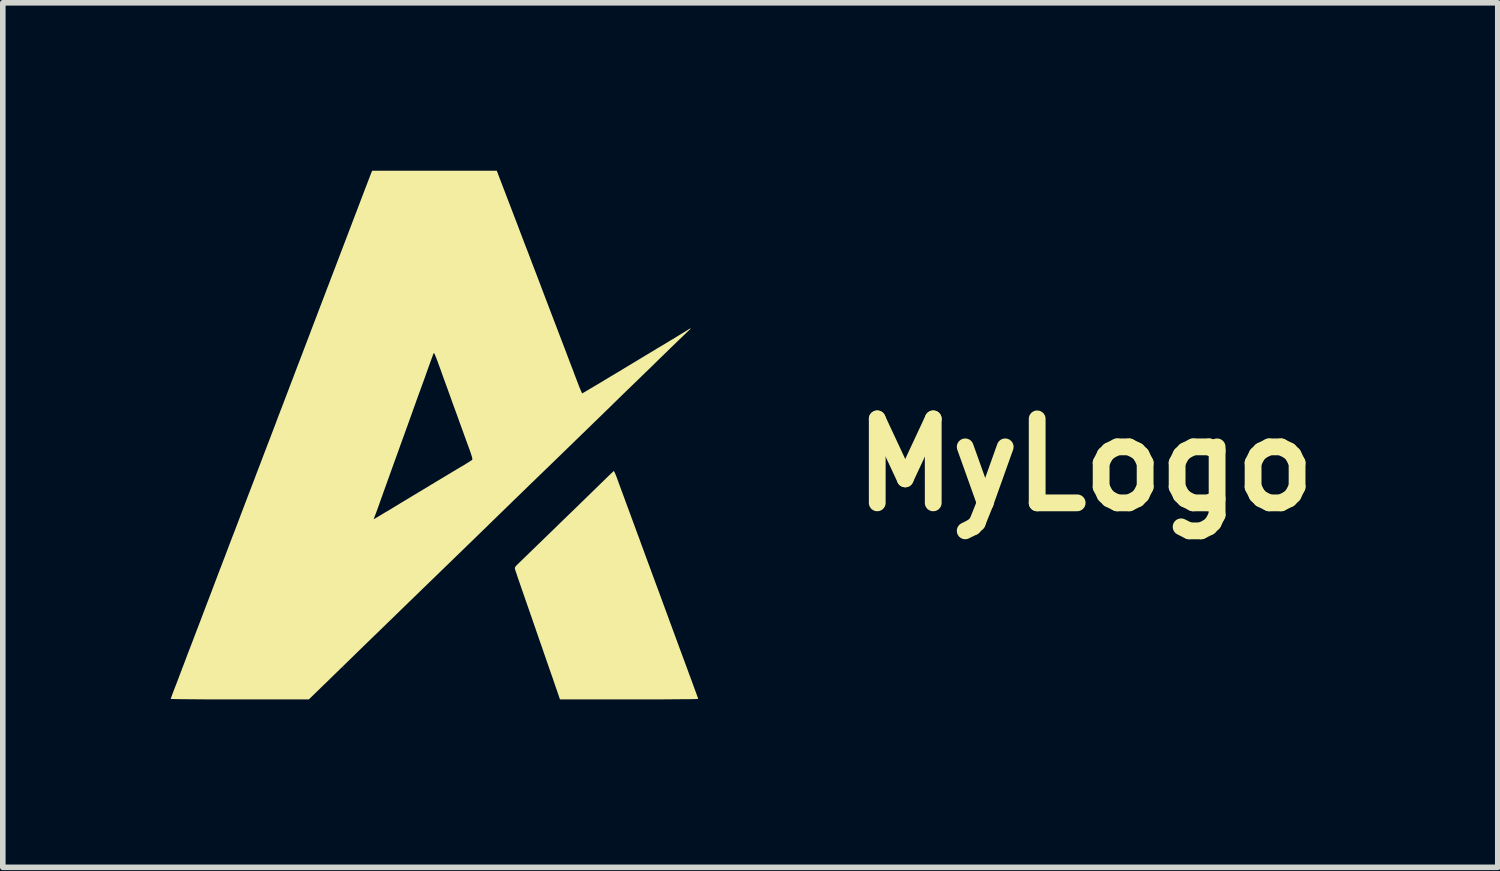
<source format=kicad_pcb>
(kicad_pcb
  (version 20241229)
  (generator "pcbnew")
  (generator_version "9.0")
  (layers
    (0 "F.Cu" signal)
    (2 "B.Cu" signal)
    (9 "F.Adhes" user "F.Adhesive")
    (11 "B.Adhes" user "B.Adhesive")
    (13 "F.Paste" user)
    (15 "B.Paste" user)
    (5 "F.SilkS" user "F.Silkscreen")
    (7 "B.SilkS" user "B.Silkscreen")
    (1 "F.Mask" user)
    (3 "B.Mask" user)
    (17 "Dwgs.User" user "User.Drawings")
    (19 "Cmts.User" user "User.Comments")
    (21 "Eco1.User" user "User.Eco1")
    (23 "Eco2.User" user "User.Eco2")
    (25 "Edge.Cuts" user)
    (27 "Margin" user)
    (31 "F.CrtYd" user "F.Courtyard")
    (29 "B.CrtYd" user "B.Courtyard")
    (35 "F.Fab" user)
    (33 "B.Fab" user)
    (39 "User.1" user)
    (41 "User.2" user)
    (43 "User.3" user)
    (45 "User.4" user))
  (footprint "MyLogo"
    (layer "F.Cu")
    (at 4.711 5.255)
    (property "Reference" "MyLogo" (at 11.625 0 0) (layer "F.SilkS") (effects (font (size 1.5 1.5) (thickness 0.3))))
    (attr board_only exclude_from_pos_files exclude_from_bom)
    (fp_poly (pts (xy -1.622 3.616) (xy -1.627 3.622) (xy -1.633 3.616) (xy -1.627 3.61)) (stroke (width 0) (type solid)) (fill yes) (layer "F.SilkS"))
    (fp_poly (pts (xy 3.212 0.119) (xy 3.225 0.147) (xy 3.243 0.189) (xy 3.263 0.241) (xy 3.269 0.257) (xy 3.289 0.313) (xy 3.315 0.384) (xy 3.346 0.469) (xy 3.381 0.562) (xy 3.417 0.661) (xy 3.454 0.762) (xy 3.491 0.861) (xy 3.525 0.954) (xy 3.556 1.038) (xy 3.582 1.109) (xy 3.602 1.163) (xy 3.61 1.184) (xy 3.623 1.221) (xy 3.644 1.276) (xy 3.669 1.344) (xy 3.696 1.42) (xy 3.726 1.5) (xy 3.738 1.533) (xy 3.77 1.621) (xy 3.808 1.723) (xy 3.849 1.834) (xy 3.89 1.946) (xy 3.929 2.051) (xy 3.947 2.101) (xy 3.98 2.189) (xy 4.013 2.278) (xy 4.044 2.361) (xy 4.071 2.436) (xy 4.093 2.496) (xy 4.107 2.533) (xy 4.119 2.567) (xy 4.139 2.62) (xy 4.165 2.691) (xy 4.196 2.777) (xy 4.233 2.876) (xy 4.273 2.985) (xy 4.316 3.101) (xy 4.361 3.224) (xy 4.403 3.338) (xy 4.461 3.494) (xy 4.511 3.629) (xy 4.553 3.745) (xy 4.59 3.843) (xy 4.62 3.925) (xy 4.644 3.992) (xy 4.664 4.046) (xy 4.68 4.088) (xy 4.691 4.12) (xy 4.7 4.143) (xy 4.705 4.159) (xy 4.708 4.169) (xy 4.71 4.175) (xy 4.711 4.178) (xy 4.711 4.18) (xy 4.711 4.181) (xy 4.699 4.182) (xy 4.665 4.183) (xy 4.611 4.185) (xy 4.538 4.186) (xy 4.447 4.186) (xy 4.34 4.187) (xy 4.219 4.188) (xy 4.086 4.189) (xy 3.941 4.189) (xy 3.786 4.19) (xy 3.623 4.19) (xy 3.477 4.19) (xy 2.243 4.19) (xy 2.15 3.921) (xy 2.118 3.826) (xy 2.08 3.718) (xy 2.04 3.603) (xy 2.001 3.49) (xy 1.965 3.387) (xy 1.956 3.361) (xy 1.926 3.273) (xy 1.894 3.182) (xy 1.864 3.095) (xy 1.837 3.017) (xy 1.814 2.952) (xy 1.805 2.923) (xy 1.785 2.867) (xy 1.76 2.794) (xy 1.731 2.71) (xy 1.7 2.622) (xy 1.67 2.535) (xy 1.663 2.515) (xy 1.615 2.377) (xy 1.574 2.259) (xy 1.54 2.161) (xy 1.512 2.079) (xy 1.489 2.014) (xy 1.472 1.962) (xy 1.459 1.923) (xy 1.449 1.895) (xy 1.443 1.875) (xy 1.442 1.871) (xy 1.437 1.852) (xy 1.437 1.837) (xy 1.445 1.821) (xy 1.463 1.799) (xy 1.494 1.768) (xy 1.523 1.74) (xy 1.623 1.643) (xy 1.735 1.534) (xy 1.857 1.416) (xy 1.986 1.291) (xy 2.119 1.162) (xy 2.254 1.03) (xy 2.389 0.899) (xy 2.521 0.772) (xy 2.647 0.649) (xy 2.765 0.534) (xy 2.872 0.43) (xy 2.966 0.338) (xy 3.01 0.295) (xy 3.065 0.242) (xy 3.114 0.194) (xy 3.155 0.155) (xy 3.186 0.127) (xy 3.203 0.111) (xy 3.205 0.109)) (stroke (width 0) (type solid)) (fill yes) (layer "F.SilkS"))
    (fp_poly (pts (xy 1.124 -5.229) (xy 1.131 -5.211) (xy 1.145 -5.173) (xy 1.167 -5.115) (xy 1.196 -5.04) (xy 1.231 -4.948) (xy 1.272 -4.841) (xy 1.318 -4.721) (xy 1.369 -4.588) (xy 1.424 -4.444) (xy 1.483 -4.291) (xy 1.544 -4.129) (xy 1.608 -3.961) (xy 1.675 -3.788) (xy 1.742 -3.611) (xy 1.811 -3.432) (xy 1.88 -3.251) (xy 1.948 -3.071) (xy 2.016 -2.893) (xy 2.083 -2.717) (xy 2.148 -2.547) (xy 2.211 -2.382) (xy 2.271 -2.225) (xy 2.328 -2.077) (xy 2.38 -1.939) (xy 2.428 -1.812) (xy 2.472 -1.699) (xy 2.509 -1.599) (xy 2.541 -1.516) (xy 2.565 -1.453) (xy 2.588 -1.393) (xy 2.609 -1.343) (xy 2.626 -1.304) (xy 2.637 -1.282) (xy 2.64 -1.278) (xy 2.652 -1.284) (xy 2.682 -1.301) (xy 2.729 -1.329) (xy 2.79 -1.365) (xy 2.865 -1.41) (xy 2.952 -1.461) (xy 3.048 -1.519) (xy 3.152 -1.582) (xy 3.263 -1.648) (xy 3.281 -1.659) (xy 3.404 -1.733) (xy 3.53 -1.809) (xy 3.656 -1.885) (xy 3.78 -1.96) (xy 3.897 -2.03) (xy 4.005 -2.096) (xy 4.102 -2.153) (xy 4.183 -2.202) (xy 4.225 -2.228) (xy 4.304 -2.275) (xy 4.375 -2.319) (xy 4.438 -2.357) (xy 4.489 -2.388) (xy 4.527 -2.412) (xy 4.547 -2.425) (xy 4.55 -2.427) (xy 4.569 -2.437) (xy 4.574 -2.438) (xy 4.575 -2.431) (xy 4.56 -2.416) (xy 4.557 -2.413) (xy 4.543 -2.4) (xy 4.514 -2.372) (xy 4.471 -2.331) (xy 4.417 -2.279) (xy 4.353 -2.218) (xy 4.281 -2.148) (xy 4.204 -2.073) (xy 4.131 -2.002) (xy 4.041 -1.915) (xy 3.949 -1.825) (xy 3.858 -1.736) (xy 3.77 -1.651) (xy 3.688 -1.571) (xy 3.616 -1.501) (xy 3.557 -1.444) (xy 3.533 -1.421) (xy 3.46 -1.35) (xy 3.377 -1.27) (xy 3.29 -1.185) (xy 3.206 -1.103) (xy 3.131 -1.029) (xy 3.125 -1.023) (xy 3.083 -0.983) (xy 3.037 -0.938) (xy 2.986 -0.888) (xy 2.928 -0.832) (xy 2.864 -0.77) (xy 2.791 -0.699) (xy 2.71 -0.62) (xy 2.618 -0.531) (xy 2.516 -0.432) (xy 2.402 -0.321) (xy 2.275 -0.198) (xy 2.135 -0.062) (xy 1.98 0.088) (xy 1.809 0.253) (xy 1.698 0.36) (xy 1.609 0.447) (xy 1.515 0.538) (xy 1.421 0.629) (xy 1.33 0.718) (xy 1.245 0.801) (xy 1.169 0.874) (xy 1.107 0.935) (xy 1.095 0.947) (xy 1.054 0.986) (xy 1.012 1.027) (xy 0.967 1.071) (xy 0.919 1.119) (xy 0.865 1.17) (xy 0.806 1.228) (xy 0.74 1.292) (xy 0.666 1.364) (xy 0.583 1.444) (xy 0.491 1.534) (xy 0.387 1.634) (xy 0.272 1.746) (xy 0.143 1.871) (xy 0.001 2.009) (xy -0.157 2.162) (xy -0.32 2.32) (xy -0.45 2.446) (xy -0.594 2.586) (xy -0.748 2.736) (xy -0.909 2.892) (xy -1.074 3.052) (xy -1.239 3.212) (xy -1.4 3.369) (xy -1.555 3.52) (xy -1.7 3.661) (xy -1.775 3.734) (xy -1.842 3.799) (xy -1.913 3.869) (xy -1.984 3.937) (xy -2.048 4) (xy -2.102 4.052) (xy -2.107 4.057) (xy -2.244 4.19) (xy -3.477 4.19) (xy -3.646 4.19) (xy -3.808 4.19) (xy -3.962 4.189) (xy -4.105 4.189) (xy -4.237 4.188) (xy -4.356 4.187) (xy -4.461 4.186) (xy -4.549 4.185) (xy -4.62 4.184) (xy -4.671 4.183) (xy -4.702 4.182) (xy -4.711 4.181) (xy -4.707 4.167) (xy -4.695 4.135) (xy -4.679 4.089) (xy -4.658 4.034) (xy -4.645 4) (xy -4.615 3.924) (xy -4.581 3.835) (xy -4.547 3.744) (xy -4.515 3.661) (xy -4.51 3.645) (xy -4.487 3.587) (xy -4.458 3.511) (xy -4.425 3.422) (xy -4.388 3.325) (xy -4.349 3.225) (xy -4.311 3.125) (xy -4.302 3.101) (xy -4.229 2.91) (xy -4.163 2.738) (xy -4.106 2.587) (xy -4.056 2.456) (xy -4.014 2.347) (xy -3.98 2.258) (xy -3.955 2.191) (xy -3.941 2.154) (xy -3.926 2.115) (xy -3.905 2.059) (xy -3.879 1.991) (xy -3.851 1.917) (xy -3.822 1.84) (xy -3.819 1.835) (xy -3.801 1.788) (xy -3.776 1.721) (xy -3.743 1.636) (xy -3.705 1.535) (xy -3.662 1.421) (xy -3.614 1.296) (xy -3.562 1.162) (xy -3.508 1.02) (xy -3.489 0.97) (xy -1.084 0.97) (xy -1.084 0.971) (xy -1.074 0.965) (xy -1.045 0.948) (xy -1.001 0.922) (xy -0.943 0.887) (xy -0.875 0.846) (xy -0.797 0.8) (xy -0.721 0.754) (xy -0.618 0.691) (xy -0.504 0.623) (xy -0.385 0.551) (xy -0.267 0.48) (xy -0.156 0.413) (xy -0.059 0.354) (xy -0.041 0.344) (xy 0.049 0.289) (xy 0.143 0.233) (xy 0.236 0.177) (xy 0.324 0.124) (xy 0.401 0.078) (xy 0.463 0.041) (xy 0.468 0.038) (xy 0.529 0.002) (xy 0.583 -0.031) (xy 0.628 -0.059) (xy 0.659 -0.079) (xy 0.673 -0.089) (xy 0.677 -0.097) (xy 0.677 -0.112) (xy 0.672 -0.136) (xy 0.661 -0.172) (xy 0.645 -0.222) (xy 0.621 -0.29) (xy 0.589 -0.377) (xy 0.588 -0.38) (xy 0.562 -0.451) (xy 0.53 -0.539) (xy 0.493 -0.642) (xy 0.451 -0.756) (xy 0.408 -0.877) (xy 0.363 -1) (xy 0.318 -1.123) (xy 0.29 -1.201) (xy 0.249 -1.315) (xy 0.209 -1.426) (xy 0.17 -1.532) (xy 0.135 -1.63) (xy 0.104 -1.717) (xy 0.077 -1.79) (xy 0.057 -1.846) (xy 0.044 -1.88) (xy 0.023 -1.934) (xy 0.006 -1.974) (xy -0.007 -1.996) (xy -0.013 -1.998) (xy -0.019 -1.983) (xy -0.032 -1.949) (xy -0.05 -1.899) (xy -0.073 -1.837) (xy -0.099 -1.765) (xy -0.116 -1.716) (xy -0.146 -1.633) (xy -0.175 -1.55) (xy -0.203 -1.473) (xy -0.228 -1.405) (xy -0.247 -1.353) (xy -0.252 -1.337) (xy -0.27 -1.291) (xy -0.293 -1.227) (xy -0.32 -1.153) (xy -0.348 -1.073) (xy -0.377 -0.993) (xy -0.379 -0.988) (xy -0.405 -0.914) (xy -0.438 -0.822) (xy -0.475 -0.72) (xy -0.514 -0.612) (xy -0.553 -0.504) (xy -0.59 -0.402) (xy -0.592 -0.397) (xy -0.65 -0.234) (xy -0.708 -0.075) (xy -0.763 0.078) (xy -0.815 0.223) (xy -0.863 0.357) (xy -0.907 0.478) (xy -0.944 0.583) (xy -0.976 0.672) (xy -1 0.74) (xy -1.001 0.742) (xy -1.022 0.801) (xy -1.042 0.855) (xy -1.059 0.9) (xy -1.07 0.928) (xy -1.07 0.929) (xy -1.08 0.955) (xy -1.084 0.97) (xy -3.489 0.97) (xy -3.453 0.874) (xy -3.396 0.725) (xy -3.368 0.651) (xy -3.305 0.487) (xy -3.239 0.315) (xy -3.172 0.138) (xy -3.103 -0.042) (xy -3.036 -0.219) (xy -2.97 -0.391) (xy -2.907 -0.555) (xy -2.849 -0.707) (xy -2.798 -0.843) (xy -2.756 -0.953) (xy -2.706 -1.082) (xy -2.656 -1.214) (xy -2.606 -1.345) (xy -2.558 -1.472) (xy -2.512 -1.591) (xy -2.471 -1.7) (xy -2.435 -1.794) (xy -2.405 -1.871) (xy -2.394 -1.9) (xy -2.324 -2.084) (xy -2.261 -2.249) (xy -2.205 -2.397) (xy -2.154 -2.531) (xy -2.107 -2.653) (xy -2.065 -2.765) (xy -2.024 -2.871) (xy -1.985 -2.973) (xy -1.947 -3.073) (xy -1.909 -3.174) (xy -1.882 -3.243) (xy -1.851 -3.325) (xy -1.812 -3.427) (xy -1.767 -3.544) (xy -1.718 -3.673) (xy -1.665 -3.812) (xy -1.61 -3.956) (xy -1.554 -4.103) (xy -1.498 -4.25) (xy -1.444 -4.392) (xy -1.439 -4.406) (xy -1.389 -4.535) (xy -1.342 -4.659) (xy -1.298 -4.775) (xy -1.257 -4.882) (xy -1.221 -4.977) (xy -1.189 -5.059) (xy -1.164 -5.125) (xy -1.145 -5.175) (xy -1.133 -5.205) (xy -1.13 -5.214) (xy -1.112 -5.255) (xy 0.000451 -5.255) (xy 1.113 -5.255)) (stroke (width 0) (type solid)) (fill yes) (layer "F.SilkS")))
  (gr_rect
    (start -3 -3)
    (end 23.707 12.445)
    (stroke (width 0.1) (type default))
    (fill no)
    (layer "Edge.Cuts")))
</source>
